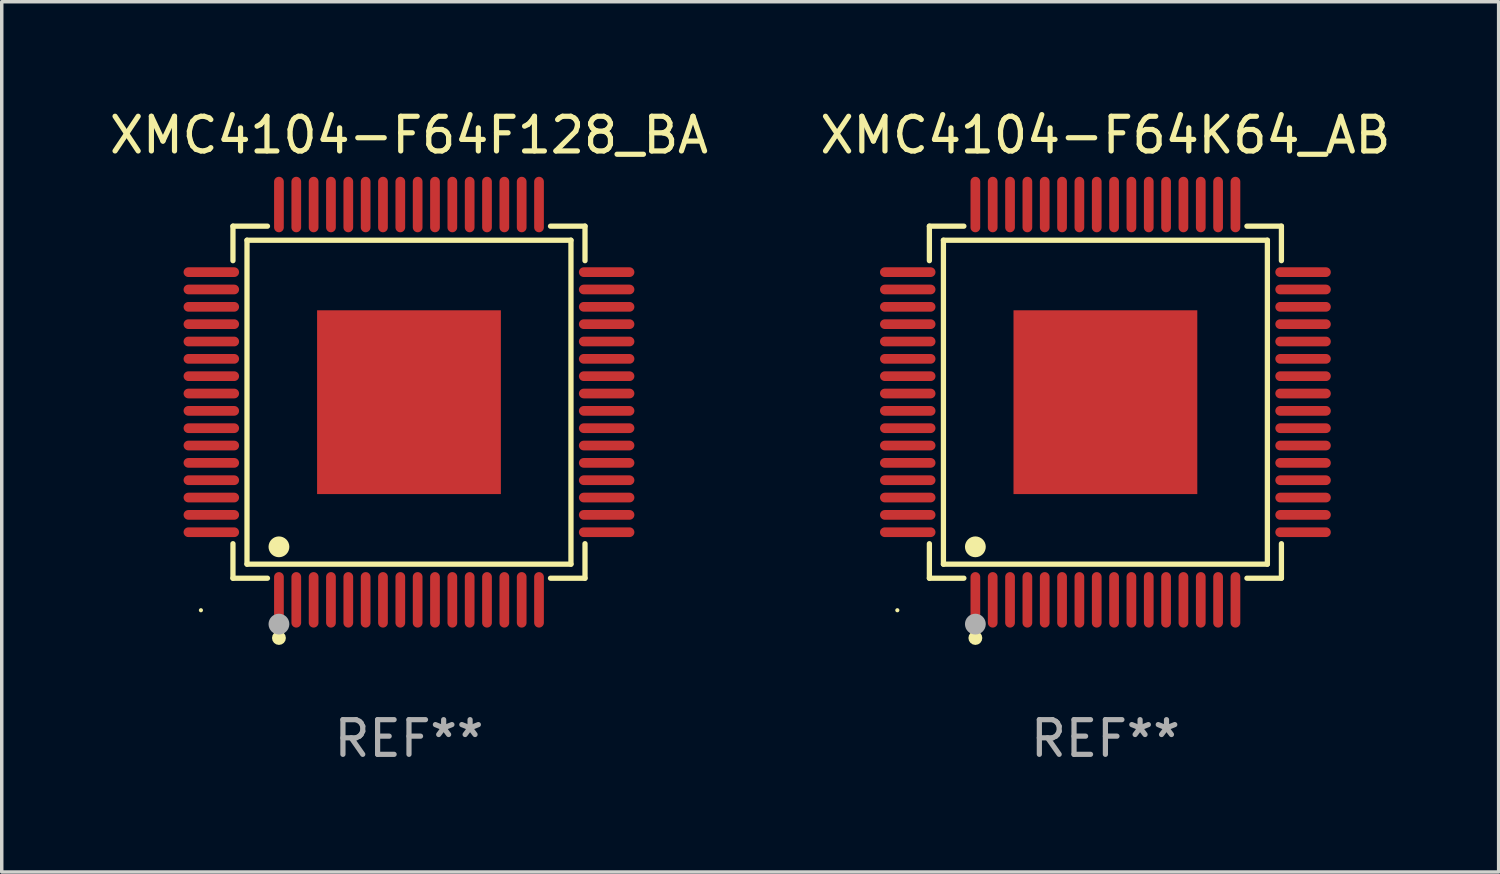
<source format=kicad_pcb>
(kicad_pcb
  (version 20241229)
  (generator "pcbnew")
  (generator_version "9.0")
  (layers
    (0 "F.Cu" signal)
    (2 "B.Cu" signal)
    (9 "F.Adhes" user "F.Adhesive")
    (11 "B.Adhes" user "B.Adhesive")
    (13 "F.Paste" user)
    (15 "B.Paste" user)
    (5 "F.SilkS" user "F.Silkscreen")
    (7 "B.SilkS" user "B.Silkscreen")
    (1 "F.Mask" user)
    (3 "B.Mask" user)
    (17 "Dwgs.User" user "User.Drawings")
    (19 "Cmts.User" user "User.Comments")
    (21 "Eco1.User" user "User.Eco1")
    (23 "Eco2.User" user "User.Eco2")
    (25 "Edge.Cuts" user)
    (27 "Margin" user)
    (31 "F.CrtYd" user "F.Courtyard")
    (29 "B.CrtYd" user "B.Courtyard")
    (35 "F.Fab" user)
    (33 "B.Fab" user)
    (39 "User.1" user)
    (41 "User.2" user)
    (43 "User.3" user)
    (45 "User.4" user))
  (footprint "XMC4104-F64K64_AB"
    (layer "F.Cu")
    (at 28.827 8.548)
    (property "Reference" "XMC4104-F64K64_AB" (at 0 -7.7 0) (layer "F.SilkS") (effects (font (size 1 1) (thickness 0.15))))
    (attr through_hole)
    (fp_line (start -5.076 -5.076) (end -4.081 -5.076) (stroke (width 0.152) (type solid)) (layer "F.SilkS"))
    (fp_line (start -5.076 -4.081) (end -5.076 -5.076) (stroke (width 0.152) (type solid)) (layer "F.SilkS"))
    (fp_line (start -5.076 4.081) (end -5.076 5.076) (stroke (width 0.152) (type solid)) (layer "F.SilkS"))
    (fp_line (start -5.076 5.076) (end -4.081 5.076) (stroke (width 0.152) (type solid)) (layer "F.SilkS"))
    (fp_line (start -4.671 -4.671) (end 4.671 -4.671) (stroke (width 0.152) (type solid)) (layer "F.SilkS"))
    (fp_line (start -4.671 4.671) (end -4.671 -4.671) (stroke (width 0.152) (type solid)) (layer "F.SilkS"))
    (fp_line (start 4.671 -4.671) (end 4.671 4.671) (stroke (width 0.152) (type solid)) (layer "F.SilkS"))
    (fp_line (start 4.671 4.671) (end -4.671 4.671) (stroke (width 0.152) (type solid)) (layer "F.SilkS"))
    (fp_line (start 5.076 -5.076) (end 4.081 -5.076) (stroke (width 0.152) (type solid)) (layer "F.SilkS"))
    (fp_line (start 5.076 -4.081) (end 5.076 -5.076) (stroke (width 0.152) (type solid)) (layer "F.SilkS"))
    (fp_line (start 5.076 4.081) (end 5.076 5.076) (stroke (width 0.152) (type solid)) (layer "F.SilkS"))
    (fp_line (start 5.076 5.076) (end 4.081 5.076) (stroke (width 0.152) (type solid)) (layer "F.SilkS"))
    (fp_circle (center -6 6) (end -5.97 6) (stroke (width 0.06) (type solid)) (fill no) (layer "F.SilkS"))
    (fp_circle (center -3.75 4.171) (end -3.6 4.171) (stroke (width 0.3) (type solid)) (fill no) (layer "F.SilkS"))
    (fp_circle (center -3.75 6.8) (end -3.65 6.8) (stroke (width 0.2) (type solid)) (fill no) (layer "F.SilkS"))
    (fp_circle (center -3.75 6.4) (end -3.6 6.4) (stroke (width 0.3) (type solid)) (fill no) (layer "F.Fab"))
    (fp_text user "REF**" (at 0 9.7 0) (layer "F.Fab") (effects (font (size 1 1) (thickness 0.15))))
    (pad "1" smd oval (at -3.75 5.7) (size 0.28 1.6) (layers "F.Cu" "F.Mask" "F.Paste"))
    (pad "2" smd oval (at -3.25 5.7) (size 0.28 1.6) (layers "F.Cu" "F.Mask" "F.Paste"))
    (pad "3" smd oval (at -2.75 5.7) (size 0.28 1.6) (layers "F.Cu" "F.Mask" "F.Paste"))
    (pad "4" smd oval (at -2.25 5.7) (size 0.28 1.6) (layers "F.Cu" "F.Mask" "F.Paste"))
    (pad "5" smd oval (at -1.75 5.7) (size 0.28 1.6) (layers "F.Cu" "F.Mask" "F.Paste"))
    (pad "6" smd oval (at -1.25 5.7) (size 0.28 1.6) (layers "F.Cu" "F.Mask" "F.Paste"))
    (pad "7" smd oval (at -0.75 5.7) (size 0.28 1.6) (layers "F.Cu" "F.Mask" "F.Paste"))
    (pad "8" smd oval (at -0.25 5.7) (size 0.28 1.6) (layers "F.Cu" "F.Mask" "F.Paste"))
    (pad "9" smd oval (at 0.25 5.7) (size 0.28 1.6) (layers "F.Cu" "F.Mask" "F.Paste"))
    (pad "10" smd oval (at 0.75 5.7) (size 0.28 1.6) (layers "F.Cu" "F.Mask" "F.Paste"))
    (pad "11" smd oval (at 1.25 5.7) (size 0.28 1.6) (layers "F.Cu" "F.Mask" "F.Paste"))
    (pad "12" smd oval (at 1.75 5.7) (size 0.28 1.6) (layers "F.Cu" "F.Mask" "F.Paste"))
    (pad "13" smd oval (at 2.25 5.7) (size 0.28 1.6) (layers "F.Cu" "F.Mask" "F.Paste"))
    (pad "14" smd oval (at 2.75 5.7) (size 0.28 1.6) (layers "F.Cu" "F.Mask" "F.Paste"))
    (pad "15" smd oval (at 3.25 5.7) (size 0.28 1.6) (layers "F.Cu" "F.Mask" "F.Paste"))
    (pad "16" smd oval (at 3.75 5.7) (size 0.28 1.6) (layers "F.Cu" "F.Mask" "F.Paste"))
    (pad "17" smd oval (at 5.7 3.75) (size 1.6 0.28) (layers "F.Cu" "F.Mask" "F.Paste"))
    (pad "18" smd oval (at 5.7 3.25) (size 1.6 0.28) (layers "F.Cu" "F.Mask" "F.Paste"))
    (pad "19" smd oval (at 5.7 2.75) (size 1.6 0.28) (layers "F.Cu" "F.Mask" "F.Paste"))
    (pad "20" smd oval (at 5.7 2.25) (size 1.6 0.28) (layers "F.Cu" "F.Mask" "F.Paste"))
    (pad "21" smd oval (at 5.7 1.75) (size 1.6 0.28) (layers "F.Cu" "F.Mask" "F.Paste"))
    (pad "22" smd oval (at 5.7 1.25) (size 1.6 0.28) (layers "F.Cu" "F.Mask" "F.Paste"))
    (pad "23" smd oval (at 5.7 0.75) (size 1.6 0.28) (layers "F.Cu" "F.Mask" "F.Paste"))
    (pad "24" smd oval (at 5.7 0.25) (size 1.6 0.28) (layers "F.Cu" "F.Mask" "F.Paste"))
    (pad "25" smd oval (at 5.7 -0.25) (size 1.6 0.28) (layers "F.Cu" "F.Mask" "F.Paste"))
    (pad "26" smd oval (at 5.7 -0.75) (size 1.6 0.28) (layers "F.Cu" "F.Mask" "F.Paste"))
    (pad "27" smd oval (at 5.7 -1.25) (size 1.6 0.28) (layers "F.Cu" "F.Mask" "F.Paste"))
    (pad "28" smd oval (at 5.7 -1.75) (size 1.6 0.28) (layers "F.Cu" "F.Mask" "F.Paste"))
    (pad "29" smd oval (at 5.7 -2.25) (size 1.6 0.28) (layers "F.Cu" "F.Mask" "F.Paste"))
    (pad "30" smd oval (at 5.7 -2.75) (size 1.6 0.28) (layers "F.Cu" "F.Mask" "F.Paste"))
    (pad "31" smd oval (at 5.7 -3.25) (size 1.6 0.28) (layers "F.Cu" "F.Mask" "F.Paste"))
    (pad "32" smd oval (at 5.7 -3.75) (size 1.6 0.28) (layers "F.Cu" "F.Mask" "F.Paste"))
    (pad "33" smd oval (at 3.75 -5.7) (size 0.28 1.6) (layers "F.Cu" "F.Mask" "F.Paste"))
    (pad "34" smd oval (at 3.25 -5.7) (size 0.28 1.6) (layers "F.Cu" "F.Mask" "F.Paste"))
    (pad "35" smd oval (at 2.75 -5.7) (size 0.28 1.6) (layers "F.Cu" "F.Mask" "F.Paste"))
    (pad "36" smd oval (at 2.25 -5.7) (size 0.28 1.6) (layers "F.Cu" "F.Mask" "F.Paste"))
    (pad "37" smd oval (at 1.75 -5.7) (size 0.28 1.6) (layers "F.Cu" "F.Mask" "F.Paste"))
    (pad "38" smd oval (at 1.25 -5.7) (size 0.28 1.6) (layers "F.Cu" "F.Mask" "F.Paste"))
    (pad "39" smd oval (at 0.75 -5.7) (size 0.28 1.6) (layers "F.Cu" "F.Mask" "F.Paste"))
    (pad "40" smd oval (at 0.25 -5.7) (size 0.28 1.6) (layers "F.Cu" "F.Mask" "F.Paste"))
    (pad "41" smd oval (at -0.25 -5.7) (size 0.28 1.6) (layers "F.Cu" "F.Mask" "F.Paste"))
    (pad "42" smd oval (at -0.75 -5.7) (size 0.28 1.6) (layers "F.Cu" "F.Mask" "F.Paste"))
    (pad "43" smd oval (at -1.25 -5.7) (size 0.28 1.6) (layers "F.Cu" "F.Mask" "F.Paste"))
    (pad "44" smd oval (at -1.75 -5.7) (size 0.28 1.6) (layers "F.Cu" "F.Mask" "F.Paste"))
    (pad "45" smd oval (at -2.25 -5.7) (size 0.28 1.6) (layers "F.Cu" "F.Mask" "F.Paste"))
    (pad "46" smd oval (at -2.75 -5.7) (size 0.28 1.6) (layers "F.Cu" "F.Mask" "F.Paste"))
    (pad "47" smd oval (at -3.25 -5.7) (size 0.28 1.6) (layers "F.Cu" "F.Mask" "F.Paste"))
    (pad "48" smd oval (at -3.75 -5.7) (size 0.28 1.6) (layers "F.Cu" "F.Mask" "F.Paste"))
    (pad "49" smd oval (at -5.7 -3.75) (size 1.6 0.28) (layers "F.Cu" "F.Mask" "F.Paste"))
    (pad "50" smd oval (at -5.7 -3.25) (size 1.6 0.28) (layers "F.Cu" "F.Mask" "F.Paste"))
    (pad "51" smd oval (at -5.7 -2.75) (size 1.6 0.28) (layers "F.Cu" "F.Mask" "F.Paste"))
    (pad "52" smd oval (at -5.7 -2.25) (size 1.6 0.28) (layers "F.Cu" "F.Mask" "F.Paste"))
    (pad "53" smd oval (at -5.7 -1.75) (size 1.6 0.28) (layers "F.Cu" "F.Mask" "F.Paste"))
    (pad "54" smd oval (at -5.7 -1.25) (size 1.6 0.28) (layers "F.Cu" "F.Mask" "F.Paste"))
    (pad "55" smd oval (at -5.7 -0.75) (size 1.6 0.28) (layers "F.Cu" "F.Mask" "F.Paste"))
    (pad "56" smd oval (at -5.7 -0.25) (size 1.6 0.28) (layers "F.Cu" "F.Mask" "F.Paste"))
    (pad "57" smd oval (at -5.7 0.25) (size 1.6 0.28) (layers "F.Cu" "F.Mask" "F.Paste"))
    (pad "58" smd oval (at -5.7 0.75) (size 1.6 0.28) (layers "F.Cu" "F.Mask" "F.Paste"))
    (pad "59" smd oval (at -5.7 1.25) (size 1.6 0.28) (layers "F.Cu" "F.Mask" "F.Paste"))
    (pad "60" smd oval (at -5.7 1.75) (size 1.6 0.28) (layers "F.Cu" "F.Mask" "F.Paste"))
    (pad "61" smd oval (at -5.7 2.25) (size 1.6 0.28) (layers "F.Cu" "F.Mask" "F.Paste"))
    (pad "62" smd oval (at -5.7 2.75) (size 1.6 0.28) (layers "F.Cu" "F.Mask" "F.Paste"))
    (pad "63" smd oval (at -5.7 3.25) (size 1.6 0.28) (layers "F.Cu" "F.Mask" "F.Paste"))
    (pad "64" smd oval (at -5.7 3.75) (size 1.6 0.28) (layers "F.Cu" "F.Mask" "F.Paste"))
    (pad "65" smd rect (at 0 0) (size 5.3 5.3) (layers "F.Cu" "F.Mask" "F.Paste")))
  (footprint "XMC4104-F64F128_BA"
    (layer "F.Cu")
    (at 8.744 8.548)
    (property "Reference" "XMC4104-F64F128_BA" (at 0 -7.7 0) (layer "F.SilkS") (effects (font (size 1 1) (thickness 0.15))))
    (attr through_hole)
    (fp_line (start -5.076 -5.076) (end -4.081 -5.076) (stroke (width 0.152) (type solid)) (layer "F.SilkS"))
    (fp_line (start -5.076 -4.081) (end -5.076 -5.076) (stroke (width 0.152) (type solid)) (layer "F.SilkS"))
    (fp_line (start -5.076 4.081) (end -5.076 5.076) (stroke (width 0.152) (type solid)) (layer "F.SilkS"))
    (fp_line (start -5.076 5.076) (end -4.081 5.076) (stroke (width 0.152) (type solid)) (layer "F.SilkS"))
    (fp_line (start -4.671 -4.671) (end 4.671 -4.671) (stroke (width 0.152) (type solid)) (layer "F.SilkS"))
    (fp_line (start -4.671 4.671) (end -4.671 -4.671) (stroke (width 0.152) (type solid)) (layer "F.SilkS"))
    (fp_line (start 4.671 -4.671) (end 4.671 4.671) (stroke (width 0.152) (type solid)) (layer "F.SilkS"))
    (fp_line (start 4.671 4.671) (end -4.671 4.671) (stroke (width 0.152) (type solid)) (layer "F.SilkS"))
    (fp_line (start 5.076 -5.076) (end 4.081 -5.076) (stroke (width 0.152) (type solid)) (layer "F.SilkS"))
    (fp_line (start 5.076 -4.081) (end 5.076 -5.076) (stroke (width 0.152) (type solid)) (layer "F.SilkS"))
    (fp_line (start 5.076 4.081) (end 5.076 5.076) (stroke (width 0.152) (type solid)) (layer "F.SilkS"))
    (fp_line (start 5.076 5.076) (end 4.081 5.076) (stroke (width 0.152) (type solid)) (layer "F.SilkS"))
    (fp_circle (center -6 6) (end -5.97 6) (stroke (width 0.06) (type solid)) (fill no) (layer "F.SilkS"))
    (fp_circle (center -3.75 4.171) (end -3.6 4.171) (stroke (width 0.3) (type solid)) (fill no) (layer "F.SilkS"))
    (fp_circle (center -3.75 6.8) (end -3.65 6.8) (stroke (width 0.2) (type solid)) (fill no) (layer "F.SilkS"))
    (fp_circle (center -3.75 6.4) (end -3.6 6.4) (stroke (width 0.3) (type solid)) (fill no) (layer "F.Fab"))
    (fp_text user "REF**" (at 0 9.7 0) (layer "F.Fab") (effects (font (size 1 1) (thickness 0.15))))
    (pad "1" smd oval (at -3.75 5.7) (size 0.28 1.6) (layers "F.Cu" "F.Mask" "F.Paste"))
    (pad "2" smd oval (at -3.25 5.7) (size 0.28 1.6) (layers "F.Cu" "F.Mask" "F.Paste"))
    (pad "3" smd oval (at -2.75 5.7) (size 0.28 1.6) (layers "F.Cu" "F.Mask" "F.Paste"))
    (pad "4" smd oval (at -2.25 5.7) (size 0.28 1.6) (layers "F.Cu" "F.Mask" "F.Paste"))
    (pad "5" smd oval (at -1.75 5.7) (size 0.28 1.6) (layers "F.Cu" "F.Mask" "F.Paste"))
    (pad "6" smd oval (at -1.25 5.7) (size 0.28 1.6) (layers "F.Cu" "F.Mask" "F.Paste"))
    (pad "7" smd oval (at -0.75 5.7) (size 0.28 1.6) (layers "F.Cu" "F.Mask" "F.Paste"))
    (pad "8" smd oval (at -0.25 5.7) (size 0.28 1.6) (layers "F.Cu" "F.Mask" "F.Paste"))
    (pad "9" smd oval (at 0.25 5.7) (size 0.28 1.6) (layers "F.Cu" "F.Mask" "F.Paste"))
    (pad "10" smd oval (at 0.75 5.7) (size 0.28 1.6) (layers "F.Cu" "F.Mask" "F.Paste"))
    (pad "11" smd oval (at 1.25 5.7) (size 0.28 1.6) (layers "F.Cu" "F.Mask" "F.Paste"))
    (pad "12" smd oval (at 1.75 5.7) (size 0.28 1.6) (layers "F.Cu" "F.Mask" "F.Paste"))
    (pad "13" smd oval (at 2.25 5.7) (size 0.28 1.6) (layers "F.Cu" "F.Mask" "F.Paste"))
    (pad "14" smd oval (at 2.75 5.7) (size 0.28 1.6) (layers "F.Cu" "F.Mask" "F.Paste"))
    (pad "15" smd oval (at 3.25 5.7) (size 0.28 1.6) (layers "F.Cu" "F.Mask" "F.Paste"))
    (pad "16" smd oval (at 3.75 5.7) (size 0.28 1.6) (layers "F.Cu" "F.Mask" "F.Paste"))
    (pad "17" smd oval (at 5.7 3.75) (size 1.6 0.28) (layers "F.Cu" "F.Mask" "F.Paste"))
    (pad "18" smd oval (at 5.7 3.25) (size 1.6 0.28) (layers "F.Cu" "F.Mask" "F.Paste"))
    (pad "19" smd oval (at 5.7 2.75) (size 1.6 0.28) (layers "F.Cu" "F.Mask" "F.Paste"))
    (pad "20" smd oval (at 5.7 2.25) (size 1.6 0.28) (layers "F.Cu" "F.Mask" "F.Paste"))
    (pad "21" smd oval (at 5.7 1.75) (size 1.6 0.28) (layers "F.Cu" "F.Mask" "F.Paste"))
    (pad "22" smd oval (at 5.7 1.25) (size 1.6 0.28) (layers "F.Cu" "F.Mask" "F.Paste"))
    (pad "23" smd oval (at 5.7 0.75) (size 1.6 0.28) (layers "F.Cu" "F.Mask" "F.Paste"))
    (pad "24" smd oval (at 5.7 0.25) (size 1.6 0.28) (layers "F.Cu" "F.Mask" "F.Paste"))
    (pad "25" smd oval (at 5.7 -0.25) (size 1.6 0.28) (layers "F.Cu" "F.Mask" "F.Paste"))
    (pad "26" smd oval (at 5.7 -0.75) (size 1.6 0.28) (layers "F.Cu" "F.Mask" "F.Paste"))
    (pad "27" smd oval (at 5.7 -1.25) (size 1.6 0.28) (layers "F.Cu" "F.Mask" "F.Paste"))
    (pad "28" smd oval (at 5.7 -1.75) (size 1.6 0.28) (layers "F.Cu" "F.Mask" "F.Paste"))
    (pad "29" smd oval (at 5.7 -2.25) (size 1.6 0.28) (layers "F.Cu" "F.Mask" "F.Paste"))
    (pad "30" smd oval (at 5.7 -2.75) (size 1.6 0.28) (layers "F.Cu" "F.Mask" "F.Paste"))
    (pad "31" smd oval (at 5.7 -3.25) (size 1.6 0.28) (layers "F.Cu" "F.Mask" "F.Paste"))
    (pad "32" smd oval (at 5.7 -3.75) (size 1.6 0.28) (layers "F.Cu" "F.Mask" "F.Paste"))
    (pad "33" smd oval (at 3.75 -5.7) (size 0.28 1.6) (layers "F.Cu" "F.Mask" "F.Paste"))
    (pad "34" smd oval (at 3.25 -5.7) (size 0.28 1.6) (layers "F.Cu" "F.Mask" "F.Paste"))
    (pad "35" smd oval (at 2.75 -5.7) (size 0.28 1.6) (layers "F.Cu" "F.Mask" "F.Paste"))
    (pad "36" smd oval (at 2.25 -5.7) (size 0.28 1.6) (layers "F.Cu" "F.Mask" "F.Paste"))
    (pad "37" smd oval (at 1.75 -5.7) (size 0.28 1.6) (layers "F.Cu" "F.Mask" "F.Paste"))
    (pad "38" smd oval (at 1.25 -5.7) (size 0.28 1.6) (layers "F.Cu" "F.Mask" "F.Paste"))
    (pad "39" smd oval (at 0.75 -5.7) (size 0.28 1.6) (layers "F.Cu" "F.Mask" "F.Paste"))
    (pad "40" smd oval (at 0.25 -5.7) (size 0.28 1.6) (layers "F.Cu" "F.Mask" "F.Paste"))
    (pad "41" smd oval (at -0.25 -5.7) (size 0.28 1.6) (layers "F.Cu" "F.Mask" "F.Paste"))
    (pad "42" smd oval (at -0.75 -5.7) (size 0.28 1.6) (layers "F.Cu" "F.Mask" "F.Paste"))
    (pad "43" smd oval (at -1.25 -5.7) (size 0.28 1.6) (layers "F.Cu" "F.Mask" "F.Paste"))
    (pad "44" smd oval (at -1.75 -5.7) (size 0.28 1.6) (layers "F.Cu" "F.Mask" "F.Paste"))
    (pad "45" smd oval (at -2.25 -5.7) (size 0.28 1.6) (layers "F.Cu" "F.Mask" "F.Paste"))
    (pad "46" smd oval (at -2.75 -5.7) (size 0.28 1.6) (layers "F.Cu" "F.Mask" "F.Paste"))
    (pad "47" smd oval (at -3.25 -5.7) (size 0.28 1.6) (layers "F.Cu" "F.Mask" "F.Paste"))
    (pad "48" smd oval (at -3.75 -5.7) (size 0.28 1.6) (layers "F.Cu" "F.Mask" "F.Paste"))
    (pad "49" smd oval (at -5.7 -3.75) (size 1.6 0.28) (layers "F.Cu" "F.Mask" "F.Paste"))
    (pad "50" smd oval (at -5.7 -3.25) (size 1.6 0.28) (layers "F.Cu" "F.Mask" "F.Paste"))
    (pad "51" smd oval (at -5.7 -2.75) (size 1.6 0.28) (layers "F.Cu" "F.Mask" "F.Paste"))
    (pad "52" smd oval (at -5.7 -2.25) (size 1.6 0.28) (layers "F.Cu" "F.Mask" "F.Paste"))
    (pad "53" smd oval (at -5.7 -1.75) (size 1.6 0.28) (layers "F.Cu" "F.Mask" "F.Paste"))
    (pad "54" smd oval (at -5.7 -1.25) (size 1.6 0.28) (layers "F.Cu" "F.Mask" "F.Paste"))
    (pad "55" smd oval (at -5.7 -0.75) (size 1.6 0.28) (layers "F.Cu" "F.Mask" "F.Paste"))
    (pad "56" smd oval (at -5.7 -0.25) (size 1.6 0.28) (layers "F.Cu" "F.Mask" "F.Paste"))
    (pad "57" smd oval (at -5.7 0.25) (size 1.6 0.28) (layers "F.Cu" "F.Mask" "F.Paste"))
    (pad "58" smd oval (at -5.7 0.75) (size 1.6 0.28) (layers "F.Cu" "F.Mask" "F.Paste"))
    (pad "59" smd oval (at -5.7 1.25) (size 1.6 0.28) (layers "F.Cu" "F.Mask" "F.Paste"))
    (pad "60" smd oval (at -5.7 1.75) (size 1.6 0.28) (layers "F.Cu" "F.Mask" "F.Paste"))
    (pad "61" smd oval (at -5.7 2.25) (size 1.6 0.28) (layers "F.Cu" "F.Mask" "F.Paste"))
    (pad "62" smd oval (at -5.7 2.75) (size 1.6 0.28) (layers "F.Cu" "F.Mask" "F.Paste"))
    (pad "63" smd oval (at -5.7 3.25) (size 1.6 0.28) (layers "F.Cu" "F.Mask" "F.Paste"))
    (pad "64" smd oval (at -5.7 3.75) (size 1.6 0.28) (layers "F.Cu" "F.Mask" "F.Paste"))
    (pad "65" smd rect (at 0 0) (size 5.3 5.3) (layers "F.Cu" "F.Mask" "F.Paste")))
  (gr_rect
    (start -3 -3)
    (end 40.167 22.097)
    (stroke (width 0.1) (type default))
    (fill no)
    (layer "Edge.Cuts")))
</source>
